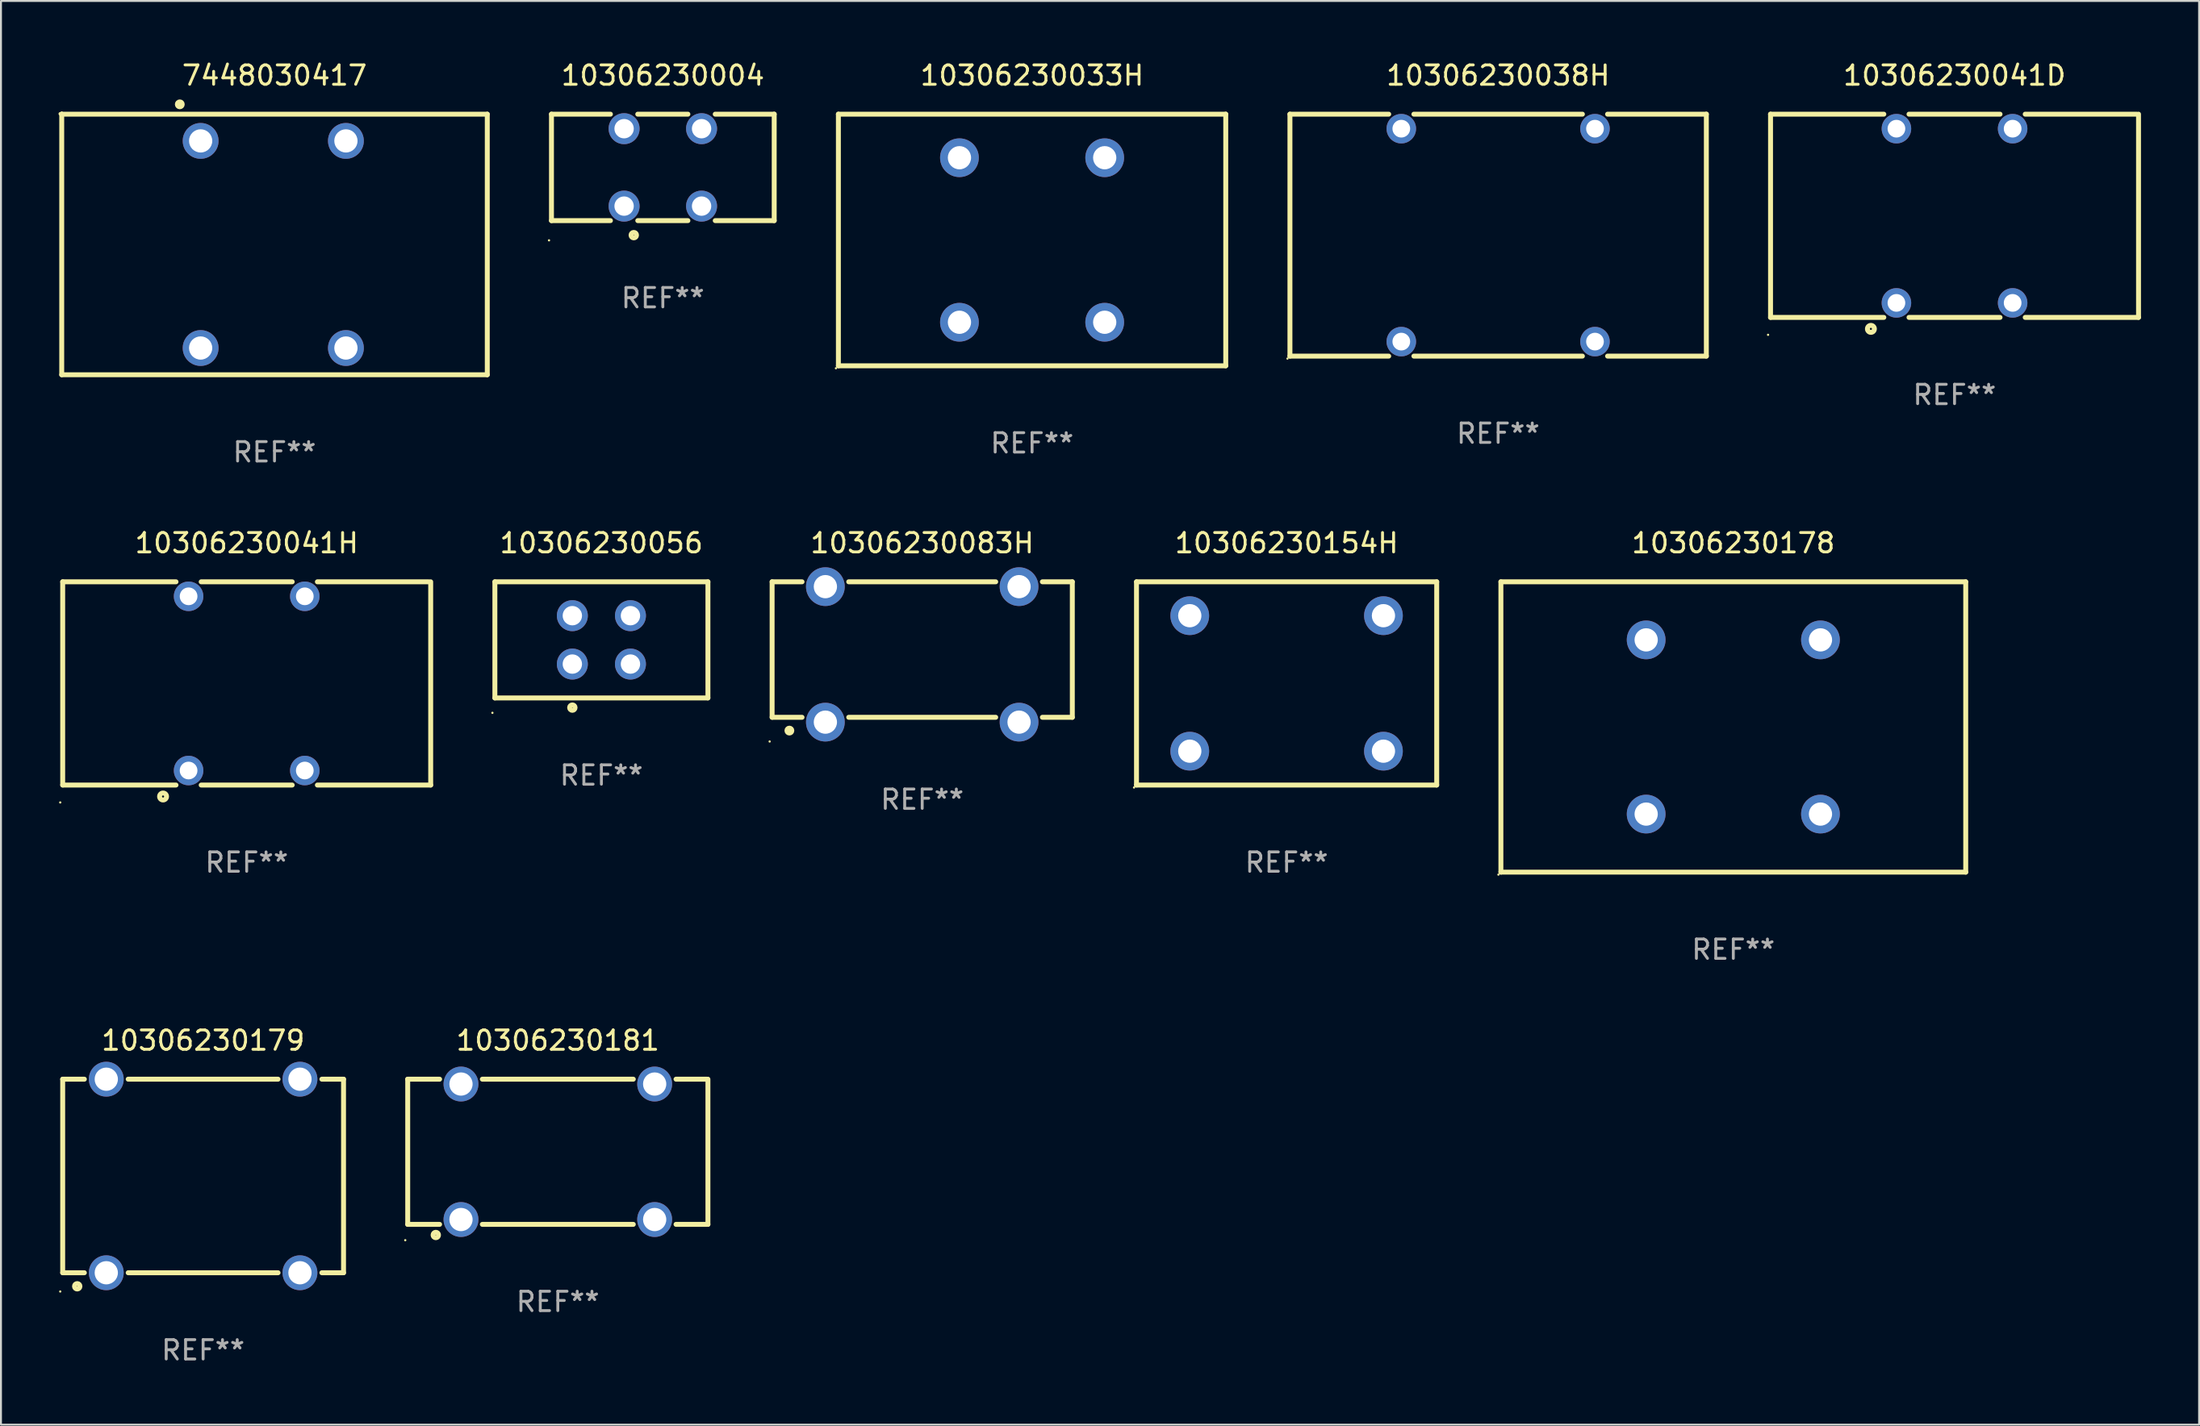
<source format=kicad_pcb>
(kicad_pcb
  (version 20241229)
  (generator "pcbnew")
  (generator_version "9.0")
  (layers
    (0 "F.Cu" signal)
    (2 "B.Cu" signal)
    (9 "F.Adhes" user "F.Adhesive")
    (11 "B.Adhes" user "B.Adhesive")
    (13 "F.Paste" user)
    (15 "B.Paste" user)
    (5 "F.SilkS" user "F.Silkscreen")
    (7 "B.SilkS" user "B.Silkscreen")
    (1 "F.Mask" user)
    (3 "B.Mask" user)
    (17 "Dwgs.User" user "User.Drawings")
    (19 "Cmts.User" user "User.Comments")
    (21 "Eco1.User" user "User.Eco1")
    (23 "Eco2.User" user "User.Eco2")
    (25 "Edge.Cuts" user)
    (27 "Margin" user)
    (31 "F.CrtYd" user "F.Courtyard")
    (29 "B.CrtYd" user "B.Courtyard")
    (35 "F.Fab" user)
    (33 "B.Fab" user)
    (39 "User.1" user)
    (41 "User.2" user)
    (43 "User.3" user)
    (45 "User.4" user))
  (footprint "10306230038H"
    (layer "F.Cu")
    (at 74.301 9.098)
    (property "Reference" "10306230038H" (at 0 -8.25 0) (layer "F.SilkS") (effects (font (size 1 1) (thickness 0.15))))
    (attr through_hole)
    (fp_line (start -10.75 -6.25) (end -10.75 6.25) (stroke (width 0.254) (type solid)) (layer "F.SilkS"))
    (fp_line (start -10.75 -6.25) (end -5.65 -6.25) (stroke (width 0.254) (type solid)) (layer "F.SilkS"))
    (fp_line (start -10.75 6.25) (end -5.65 6.25) (stroke (width 0.254) (type solid)) (layer "F.SilkS"))
    (fp_line (start -4.35 -6.25) (end 4.35 -6.25) (stroke (width 0.254) (type solid)) (layer "F.SilkS"))
    (fp_line (start -4.35 6.25) (end 4.35 6.25) (stroke (width 0.254) (type solid)) (layer "F.SilkS"))
    (fp_line (start 5.65 -6.25) (end 10.75 -6.25) (stroke (width 0.254) (type solid)) (layer "F.SilkS"))
    (fp_line (start 5.65 6.25) (end 10.75 6.25) (stroke (width 0.254) (type solid)) (layer "F.SilkS"))
    (fp_line (start 10.75 -6.25) (end 10.75 6.25) (stroke (width 0.254) (type solid)) (layer "F.SilkS"))
    (fp_circle (center -10.877 6.377) (end -10.847 6.377) (stroke (width 0.06) (type solid)) (fill no) (layer "F.SilkS"))
    (fp_text user "REF**" (at 0 10.25 0) (layer "F.Fab") (effects (font (size 1 1) (thickness 0.15))))
    (pad "1" thru_hole circle (at -5 5.5) (size 1.524 1.524) (drill 0.914) (layers "*.Cu" "*.Mask"))
    (pad "2" thru_hole circle (at -5 -5.5) (size 1.524 1.524) (drill 0.914) (layers "*.Cu" "*.Mask"))
    (pad "3" thru_hole circle (at 5 -5.5) (size 1.524 1.524) (drill 0.914) (layers "*.Cu" "*.Mask"))
    (pad "4" thru_hole circle (at 5 5.5) (size 1.524 1.524) (drill 0.914) (layers "*.Cu" "*.Mask")))
  (footprint "10306230154H"
    (layer "F.Cu")
    (at 63.379 32.257)
    (property "Reference" "10306230154H" (at 0 -7.25 0) (layer "F.SilkS") (effects (font (size 1 1) (thickness 0.15))))
    (attr through_hole)
    (fp_line (start -7.75 -5.25) (end -7.75 5.25) (stroke (width 0.254) (type solid)) (layer "F.SilkS"))
    (fp_line (start -7.75 -5.25) (end 7.75 -5.25) (stroke (width 0.254) (type solid)) (layer "F.SilkS"))
    (fp_line (start -7.75 5.25) (end 7.75 5.25) (stroke (width 0.254) (type solid)) (layer "F.SilkS"))
    (fp_line (start 7.75 -5.25) (end 7.75 5.25) (stroke (width 0.254) (type solid)) (layer "F.SilkS"))
    (fp_circle (center -7.877 5.377) (end -7.847 5.377) (stroke (width 0.06) (type solid)) (fill no) (layer "F.SilkS"))
    (fp_text user "REF**" (at 0 9.25 0) (layer "F.Fab") (effects (font (size 1 1) (thickness 0.15))))
    (pad "1" thru_hole circle (at -5 3.5) (size 2 2) (drill 1.2) (layers "*.Cu" "*.Mask"))
    (pad "2" thru_hole circle (at -5 -3.5) (size 2 2) (drill 1.2) (layers "*.Cu" "*.Mask"))
    (pad "3" thru_hole circle (at 5 3.5) (size 2 2) (drill 1.2) (layers "*.Cu" "*.Mask"))
    (pad "4" thru_hole circle (at 5 -3.5) (size 2 2) (drill 1.2) (layers "*.Cu" "*.Mask")))
  (footprint "10306230041H"
    (layer "F.Cu")
    (at 9.687 32.257)
    (property "Reference" "10306230041H" (at 0 -7.25 0) (layer "F.SilkS") (effects (font (size 1 1) (thickness 0.15))))
    (attr through_hole)
    (fp_line (start -9.5 -5.25) (end -9.5 5.25) (stroke (width 0.254) (type solid)) (layer "F.SilkS"))
    (fp_line (start -9.5 -5.25) (end -3.65 -5.25) (stroke (width 0.254) (type solid)) (layer "F.SilkS"))
    (fp_line (start -9.5 5.25) (end -3.65 5.25) (stroke (width 0.254) (type solid)) (layer "F.SilkS"))
    (fp_line (start -2.35 5.25) (end 2.35 5.25) (stroke (width 0.254) (type solid)) (layer "F.SilkS"))
    (fp_line (start -2.35 -5.25) (end 2.35 -5.25) (stroke (width 0.254) (type solid)) (layer "F.SilkS"))
    (fp_line (start 3.65 5.25) (end 9.5 5.25) (stroke (width 0.254) (type solid)) (layer "F.SilkS"))
    (fp_line (start 3.65 -5.25) (end 9.398 -5.25) (stroke (width 0.254) (type solid)) (layer "F.SilkS"))
    (fp_line (start 9.5 -5.25) (end 9.5 5.25) (stroke (width 0.254) (type solid)) (layer "F.SilkS"))
    (fp_circle (center -9.627 6.149) (end -9.597 6.149) (stroke (width 0.06) (type solid)) (fill no) (layer "F.SilkS"))
    (fp_circle (center -4.318 5.842) (end -4.138 5.842) (stroke (width 0.254) (type solid)) (fill no) (layer "F.SilkS"))
    (fp_text user "REF**" (at 0 9.25 0) (layer "F.Fab") (effects (font (size 1 1) (thickness 0.15))))
    (pad "1" thru_hole circle (at -3 4.5) (size 1.524 1.524) (drill 0.914) (layers "*.Cu" "*.Mask"))
    (pad "2" thru_hole circle (at -3 -4.5) (size 1.524 1.524) (drill 0.914) (layers "*.Cu" "*.Mask"))
    (pad "3" thru_hole circle (at 3 4.5) (size 1.524 1.524) (drill 0.914) (layers "*.Cu" "*.Mask"))
    (pad "4" thru_hole circle (at 3 -4.5) (size 1.524 1.524) (drill 0.914) (layers "*.Cu" "*.Mask")))
  (footprint "10306230041D"
    (layer "F.Cu")
    (at 97.865 8.098)
    (property "Reference" "10306230041D" (at 0 -7.25 0) (layer "F.SilkS") (effects (font (size 1 1) (thickness 0.15))))
    (attr through_hole)
    (fp_line (start -9.5 -5.25) (end -9.5 5.25) (stroke (width 0.254) (type solid)) (layer "F.SilkS"))
    (fp_line (start -9.5 -5.25) (end -3.65 -5.25) (stroke (width 0.254) (type solid)) (layer "F.SilkS"))
    (fp_line (start -9.5 5.25) (end -3.65 5.25) (stroke (width 0.254) (type solid)) (layer "F.SilkS"))
    (fp_line (start -2.35 -5.25) (end 2.35 -5.25) (stroke (width 0.254) (type solid)) (layer "F.SilkS"))
    (fp_line (start -2.35 5.25) (end 2.35 5.25) (stroke (width 0.254) (type solid)) (layer "F.SilkS"))
    (fp_line (start 3.65 -5.25) (end 9.398 -5.25) (stroke (width 0.254) (type solid)) (layer "F.SilkS"))
    (fp_line (start 3.65 5.25) (end 9.5 5.25) (stroke (width 0.254) (type solid)) (layer "F.SilkS"))
    (fp_line (start 9.5 -5.25) (end 9.5 5.25) (stroke (width 0.254) (type solid)) (layer "F.SilkS"))
    (fp_circle (center -9.627 6.149) (end -9.597 6.149) (stroke (width 0.06) (type solid)) (fill no) (layer "F.SilkS"))
    (fp_circle (center -4.318 5.842) (end -4.138 5.842) (stroke (width 0.254) (type solid)) (fill no) (layer "F.SilkS"))
    (fp_text user "REF**" (at 0 9.25 0) (layer "F.Fab") (effects (font (size 1 1) (thickness 0.15))))
    (pad "1" thru_hole circle (at -3 4.5) (size 1.524 1.524) (drill 0.914) (layers "*.Cu" "*.Mask"))
    (pad "2" thru_hole circle (at -3 -4.5) (size 1.524 1.524) (drill 0.914) (layers "*.Cu" "*.Mask"))
    (pad "3" thru_hole circle (at 3 4.5) (size 1.524 1.524) (drill 0.914) (layers "*.Cu" "*.Mask"))
    (pad "4" thru_hole circle (at 3 -4.5) (size 1.524 1.524) (drill 0.914) (layers "*.Cu" "*.Mask")))
  (footprint "10306230083H"
    (layer "F.Cu")
    (at 44.565 30.632)
    (property "Reference" "10306230083H" (at 0 -5.625 0) (layer "F.SilkS") (effects (font (size 1 1) (thickness 0.15))))
    (attr through_hole)
    (fp_line (start -7.75 -3.625) (end -7.75 3.375) (stroke (width 0.254) (type solid)) (layer "F.SilkS"))
    (fp_line (start -7.75 -3.625) (end -6.205 -3.625) (stroke (width 0.254) (type solid)) (layer "F.SilkS"))
    (fp_line (start -7.75 3.375) (end -6.205 3.375) (stroke (width 0.254) (type solid)) (layer "F.SilkS"))
    (fp_line (start -3.795 -3.625) (end 3.795 -3.625) (stroke (width 0.254) (type solid)) (layer "F.SilkS"))
    (fp_line (start -3.795 3.375) (end 3.795 3.375) (stroke (width 0.254) (type solid)) (layer "F.SilkS"))
    (fp_line (start 6.205 -3.625) (end 7.75 -3.625) (stroke (width 0.254) (type solid)) (layer "F.SilkS"))
    (fp_line (start 6.205 3.375) (end 7.75 3.375) (stroke (width 0.254) (type solid)) (layer "F.SilkS"))
    (fp_line (start 7.75 -3.625) (end 7.75 3.375) (stroke (width 0.254) (type solid)) (layer "F.SilkS"))
    (fp_circle (center -7.877 4.625) (end -7.847 4.625) (stroke (width 0.06) (type solid)) (fill no) (layer "F.SilkS"))
    (fp_circle (center -6.858 4.062) (end -6.731 4.062) (stroke (width 0.254) (type solid)) (fill no) (layer "F.SilkS"))
    (fp_text user "REF**" (at 0 7.625 0) (layer "F.Fab") (effects (font (size 1 1) (thickness 0.15))))
    (pad "1" thru_hole circle (at -5 3.625) (size 2 2) (drill 1.2) (layers "*.Cu" "*.Mask"))
    (pad "2" thru_hole circle (at -5 -3.375) (size 2 2) (drill 1.2) (layers "*.Cu" "*.Mask"))
    (pad "3" thru_hole circle (at 5 3.625) (size 2 2) (drill 1.2) (layers "*.Cu" "*.Mask"))
    (pad "4" thru_hole circle (at 5 -3.375) (size 2 2) (drill 1.2) (layers "*.Cu" "*.Mask")))
  (footprint "7448030417"
    (layer "F.Cu")
    (at 11.123 9.579)
    (property "Reference" "7448030417" (at 0 -8.731 0) (layer "F.SilkS") (effects (font (size 1 1) (thickness 0.15))))
    (attr through_hole)
    (fp_line (start -10.986 -6.731) (end -10.986 -6.731) (stroke (width 0.254) (type solid)) (layer "F.SilkS"))
    (fp_line (start -10.986 -6.731) (end -10.986 6.731) (stroke (width 0.254) (type solid)) (layer "F.SilkS"))
    (fp_line (start -10.986 6.731) (end 10.986 6.731) (stroke (width 0.254) (type solid)) (layer "F.SilkS"))
    (fp_line (start 10.986 -6.731) (end -10.986 -6.731) (stroke (width 0.254) (type solid)) (layer "F.SilkS"))
    (fp_line (start 10.986 6.731) (end 10.986 -6.731) (stroke (width 0.254) (type solid)) (layer "F.SilkS"))
    (fp_circle (center -11.063 -6.75) (end -11.034 -6.75) (stroke (width 0.06) (type solid)) (fill no) (layer "F.SilkS"))
    (fp_circle (center -4.89 -7.239) (end -4.763 -7.239) (stroke (width 0.254) (type solid)) (fill no) (layer "F.SilkS"))
    (fp_text user "REF**" (at 0 10.731 0) (layer "F.Fab") (effects (font (size 1 1) (thickness 0.15))))
    (pad "1" thru_hole circle (at -3.814 -5.35) (size 1.85 1.85) (drill 1.2) (layers "*.Cu" "*.Mask"))
    (pad "2" thru_hole circle (at 3.687 -5.35) (size 1.85 1.85) (drill 1.2) (layers "*.Cu" "*.Mask"))
    (pad "3" thru_hole circle (at 3.687 5.35) (size 1.85 1.85) (drill 1.2) (layers "*.Cu" "*.Mask"))
    (pad "4" thru_hole circle (at -3.814 5.35) (size 1.85 1.85) (drill 1.2) (layers "*.Cu" "*.Mask")))
  (footprint "10306230004"
    (layer "F.Cu")
    (at 31.173 5.598)
    (property "Reference" "10306230004" (at 0 -4.75 0) (layer "F.SilkS") (effects (font (size 1 1) (thickness 0.15))))
    (attr through_hole)
    (fp_line (start -5.75 -2.75) (end -5.75 2.75) (stroke (width 0.254) (type solid)) (layer "F.SilkS"))
    (fp_line (start -5.75 -2.75) (end -2.706 -2.75) (stroke (width 0.254) (type solid)) (layer "F.SilkS"))
    (fp_line (start -5.75 2.75) (end -2.706 2.75) (stroke (width 0.254) (type solid)) (layer "F.SilkS"))
    (fp_line (start -1.294 -2.75) (end 1.294 -2.75) (stroke (width 0.254) (type solid)) (layer "F.SilkS"))
    (fp_line (start -1.294 2.75) (end 1.294 2.75) (stroke (width 0.254) (type solid)) (layer "F.SilkS"))
    (fp_line (start 2.706 -2.75) (end 5.75 -2.75) (stroke (width 0.254) (type solid)) (layer "F.SilkS"))
    (fp_line (start 2.706 2.75) (end 5.75 2.75) (stroke (width 0.254) (type solid)) (layer "F.SilkS"))
    (fp_line (start 5.75 -2.75) (end 5.75 2.75) (stroke (width 0.254) (type solid)) (layer "F.SilkS"))
    (fp_circle (center -5.877 3.769) (end -5.847 3.769) (stroke (width 0.06) (type solid)) (fill no) (layer "F.SilkS"))
    (fp_circle (center -1.5 3.5) (end -1.358 3.5) (stroke (width 0.254) (type solid)) (fill no) (layer "F.SilkS"))
    (fp_text user "REF**" (at 0 6.75 0) (layer "F.Fab") (effects (font (size 1 1) (thickness 0.15))))
    (pad "1" thru_hole circle (at -2 2) (size 1.6 1.6) (drill 1) (layers "*.Cu" "*.Mask"))
    (pad "2" thru_hole circle (at -2 -2) (size 1.6 1.6) (drill 1) (layers "*.Cu" "*.Mask"))
    (pad "3" thru_hole circle (at 2 2) (size 1.6 1.6) (drill 1) (layers "*.Cu" "*.Mask"))
    (pad "4" thru_hole circle (at 2 -2) (size 1.6 1.6) (drill 1) (layers "*.Cu" "*.Mask")))
  (footprint "10306230181"
    (layer "F.Cu")
    (at 25.751 56.453)
    (property "Reference" "10306230181" (at 0 -5.75 0) (layer "F.SilkS") (effects (font (size 1 1) (thickness 0.15))))
    (attr through_hole)
    (fp_line (start -7.75 -3.75) (end -7.75 3.75) (stroke (width 0.254) (type solid)) (layer "F.SilkS"))
    (fp_line (start -7.75 -3.75) (end -6.103 -3.75) (stroke (width 0.254) (type solid)) (layer "F.SilkS"))
    (fp_line (start -7.75 3.75) (end -6.103 3.75) (stroke (width 0.254) (type solid)) (layer "F.SilkS"))
    (fp_line (start -3.897 -3.75) (end 3.897 -3.75) (stroke (width 0.254) (type solid)) (layer "F.SilkS"))
    (fp_line (start -3.897 3.75) (end 3.897 3.75) (stroke (width 0.254) (type solid)) (layer "F.SilkS"))
    (fp_line (start 6.103 -3.75) (end 7.7 -3.75) (stroke (width 0.254) (type solid)) (layer "F.SilkS"))
    (fp_line (start 6.103 3.75) (end 7.75 3.75) (stroke (width 0.254) (type solid)) (layer "F.SilkS"))
    (fp_line (start 7.75 -3.75) (end 7.75 3.75) (stroke (width 0.254) (type solid)) (layer "F.SilkS"))
    (fp_circle (center -7.877 4.568) (end -7.847 4.568) (stroke (width 0.06) (type solid)) (fill no) (layer "F.SilkS"))
    (fp_circle (center -6.3 4.3) (end -6.159 4.3) (stroke (width 0.254) (type solid)) (fill no) (layer "F.SilkS"))
    (fp_text user "REF**" (at 0 7.75 0) (layer "F.Fab") (effects (font (size 1 1) (thickness 0.15))))
    (pad "1" thru_hole circle (at -5 3.5) (size 1.8 1.8) (drill 1.2) (layers "*.Cu" "*.Mask"))
    (pad "2" thru_hole circle (at -5 -3.5) (size 1.8 1.8) (drill 1.2) (layers "*.Cu" "*.Mask"))
    (pad "3" thru_hole circle (at 5 3.5) (size 1.8 1.8) (drill 1.2) (layers "*.Cu" "*.Mask"))
    (pad "4" thru_hole circle (at 5 -3.5) (size 1.8 1.8) (drill 1.2) (layers "*.Cu" "*.Mask")))
  (footprint "10306230178"
    (layer "F.Cu")
    (at 86.443 34.507)
    (property "Reference" "10306230178" (at 0 -9.5 0) (layer "F.SilkS") (effects (font (size 1 1) (thickness 0.15))))
    (attr through_hole)
    (fp_line (start -12 -7.5) (end -12 7.5) (stroke (width 0.254) (type solid)) (layer "F.SilkS"))
    (fp_line (start -12 -7.5) (end 12 -7.5) (stroke (width 0.254) (type solid)) (layer "F.SilkS"))
    (fp_line (start -12 7.5) (end 12 7.5) (stroke (width 0.254) (type solid)) (layer "F.SilkS"))
    (fp_line (start 12 -7.5) (end 12 7.5) (stroke (width 0.254) (type solid)) (layer "F.SilkS"))
    (fp_circle (center -12.127 7.627) (end -12.097 7.627) (stroke (width 0.06) (type solid)) (fill no) (layer "F.SilkS"))
    (fp_text user "REF**" (at 0 11.5 0) (layer "F.Fab") (effects (font (size 1 1) (thickness 0.15))))
    (pad "1" thru_hole circle (at -4.5 4.5) (size 2 2) (drill 1.2) (layers "*.Cu" "*.Mask"))
    (pad "2" thru_hole circle (at -4.5 -4.5) (size 2 2) (drill 1.2) (layers "*.Cu" "*.Mask"))
    (pad "3" thru_hole circle (at 4.5 4.5) (size 2 2) (drill 1.2) (layers "*.Cu" "*.Mask"))
    (pad "4" thru_hole circle (at 4.5 -4.5) (size 2 2) (drill 1.2) (layers "*.Cu" "*.Mask")))
  (footprint "10306230033H"
    (layer "F.Cu")
    (at 50.237 9.348)
    (property "Reference" "10306230033H" (at 0 -8.5 0) (layer "F.SilkS") (effects (font (size 1 1) (thickness 0.15))))
    (attr through_hole)
    (fp_line (start -10 -6.5) (end -10 6.5) (stroke (width 0.254) (type solid)) (layer "F.SilkS"))
    (fp_line (start -10 -6.5) (end 10 -6.5) (stroke (width 0.254) (type solid)) (layer "F.SilkS"))
    (fp_line (start -10 6.5) (end 10 6.5) (stroke (width 0.254) (type solid)) (layer "F.SilkS"))
    (fp_line (start 10 -6.5) (end 10 6.5) (stroke (width 0.254) (type solid)) (layer "F.SilkS"))
    (fp_circle (center -10.127 6.627) (end -10.097 6.627) (stroke (width 0.06) (type solid)) (fill no) (layer "F.SilkS"))
    (fp_text user "REF**" (at 0 10.5 0) (layer "F.Fab") (effects (font (size 1 1) (thickness 0.15))))
    (pad "1" thru_hole circle (at -3.75 4.25) (size 2 2) (drill 1.2) (layers "*.Cu" "*.Mask"))
    (pad "2" thru_hole circle (at -3.75 -4.25) (size 2 2) (drill 1.2) (layers "*.Cu" "*.Mask"))
    (pad "3" thru_hole circle (at 3.75 4.25) (size 2 2) (drill 1.2) (layers "*.Cu" "*.Mask"))
    (pad "4" thru_hole circle (at 3.75 -4.25) (size 2 2) (drill 1.2) (layers "*.Cu" "*.Mask")))
  (footprint "10306230179"
    (layer "F.Cu")
    (at 7.437 57.703)
    (property "Reference" "10306230179" (at 0 -7 0) (layer "F.SilkS") (effects (font (size 1 1) (thickness 0.15))))
    (attr through_hole)
    (fp_line (start -7.25 -5) (end -7.25 5) (stroke (width 0.254) (type solid)) (layer "F.SilkS"))
    (fp_line (start -7.25 -5) (end -6.131 -5) (stroke (width 0.254) (type solid)) (layer "F.SilkS"))
    (fp_line (start -7.25 5) (end -6.131 5) (stroke (width 0.254) (type solid)) (layer "F.SilkS"))
    (fp_line (start -3.869 -5) (end 3.869 -5) (stroke (width 0.254) (type solid)) (layer "F.SilkS"))
    (fp_line (start -3.869 5) (end 3.869 5) (stroke (width 0.254) (type solid)) (layer "F.SilkS"))
    (fp_line (start 6.131 -5) (end 7.25 -5) (stroke (width 0.254) (type solid)) (layer "F.SilkS"))
    (fp_line (start 6.131 5) (end 7.25 5) (stroke (width 0.254) (type solid)) (layer "F.SilkS"))
    (fp_line (start 7.25 -5) (end 7.25 5) (stroke (width 0.254) (type solid)) (layer "F.SilkS"))
    (fp_circle (center -7.377 5.969) (end -7.347 5.969) (stroke (width 0.06) (type solid)) (fill no) (layer "F.SilkS"))
    (fp_circle (center -6.5 5.7) (end -6.359 5.7) (stroke (width 0.254) (type solid)) (fill no) (layer "F.SilkS"))
    (fp_text user "REF**" (at 0 9 0) (layer "F.Fab") (effects (font (size 1 1) (thickness 0.15))))
    (pad "1" thru_hole circle (at -5 5) (size 1.8 1.8) (drill 1.2) (layers "*.Cu" "*.Mask"))
    (pad "2" thru_hole circle (at -5 -5) (size 1.8 1.8) (drill 1.2) (layers "*.Cu" "*.Mask"))
    (pad "3" thru_hole circle (at 5 5) (size 1.8 1.8) (drill 1.2) (layers "*.Cu" "*.Mask"))
    (pad "4" thru_hole circle (at 5 -5) (size 1.8 1.8) (drill 1.2) (layers "*.Cu" "*.Mask")))
  (footprint "10306230056"
    (layer "F.Cu")
    (at 28.001 30.007)
    (property "Reference" "10306230056" (at 0 -5 0) (layer "F.SilkS") (effects (font (size 1 1) (thickness 0.15))))
    (attr through_hole)
    (fp_line (start -5.5 -3) (end -5.5 3) (stroke (width 0.254) (type solid)) (layer "F.SilkS"))
    (fp_line (start -5.5 -3) (end 5.5 -3) (stroke (width 0.254) (type solid)) (layer "F.SilkS"))
    (fp_line (start -5.5 3) (end 5.5 3) (stroke (width 0.254) (type solid)) (layer "F.SilkS"))
    (fp_line (start 5.5 -3) (end 5.5 3) (stroke (width 0.254) (type solid)) (layer "F.SilkS"))
    (fp_circle (center -5.627 3.769) (end -5.597 3.769) (stroke (width 0.06) (type solid)) (fill no) (layer "F.SilkS"))
    (fp_circle (center -1.5 3.5) (end -1.359 3.5) (stroke (width 0.254) (type solid)) (fill no) (layer "F.SilkS"))
    (fp_text user "REF**" (at 0 7 0) (layer "F.Fab") (effects (font (size 1 1) (thickness 0.15))))
    (pad "1" thru_hole circle (at -1.5 1.25) (size 1.6 1.6) (drill 1) (layers "*.Cu" "*.Mask"))
    (pad "2" thru_hole circle (at -1.5 -1.25) (size 1.6 1.6) (drill 1) (layers "*.Cu" "*.Mask"))
    (pad "3" thru_hole circle (at 1.5 1.25) (size 1.6 1.6) (drill 1) (layers "*.Cu" "*.Mask"))
    (pad "4" thru_hole circle (at 1.5 -1.25) (size 1.6 1.6) (drill 1) (layers "*.Cu" "*.Mask")))
  (gr_rect
    (start -3 -3)
    (end 110.492 70.552)
    (stroke (width 0.1) (type default))
    (fill no)
    (layer "Edge.Cuts")))
</source>
